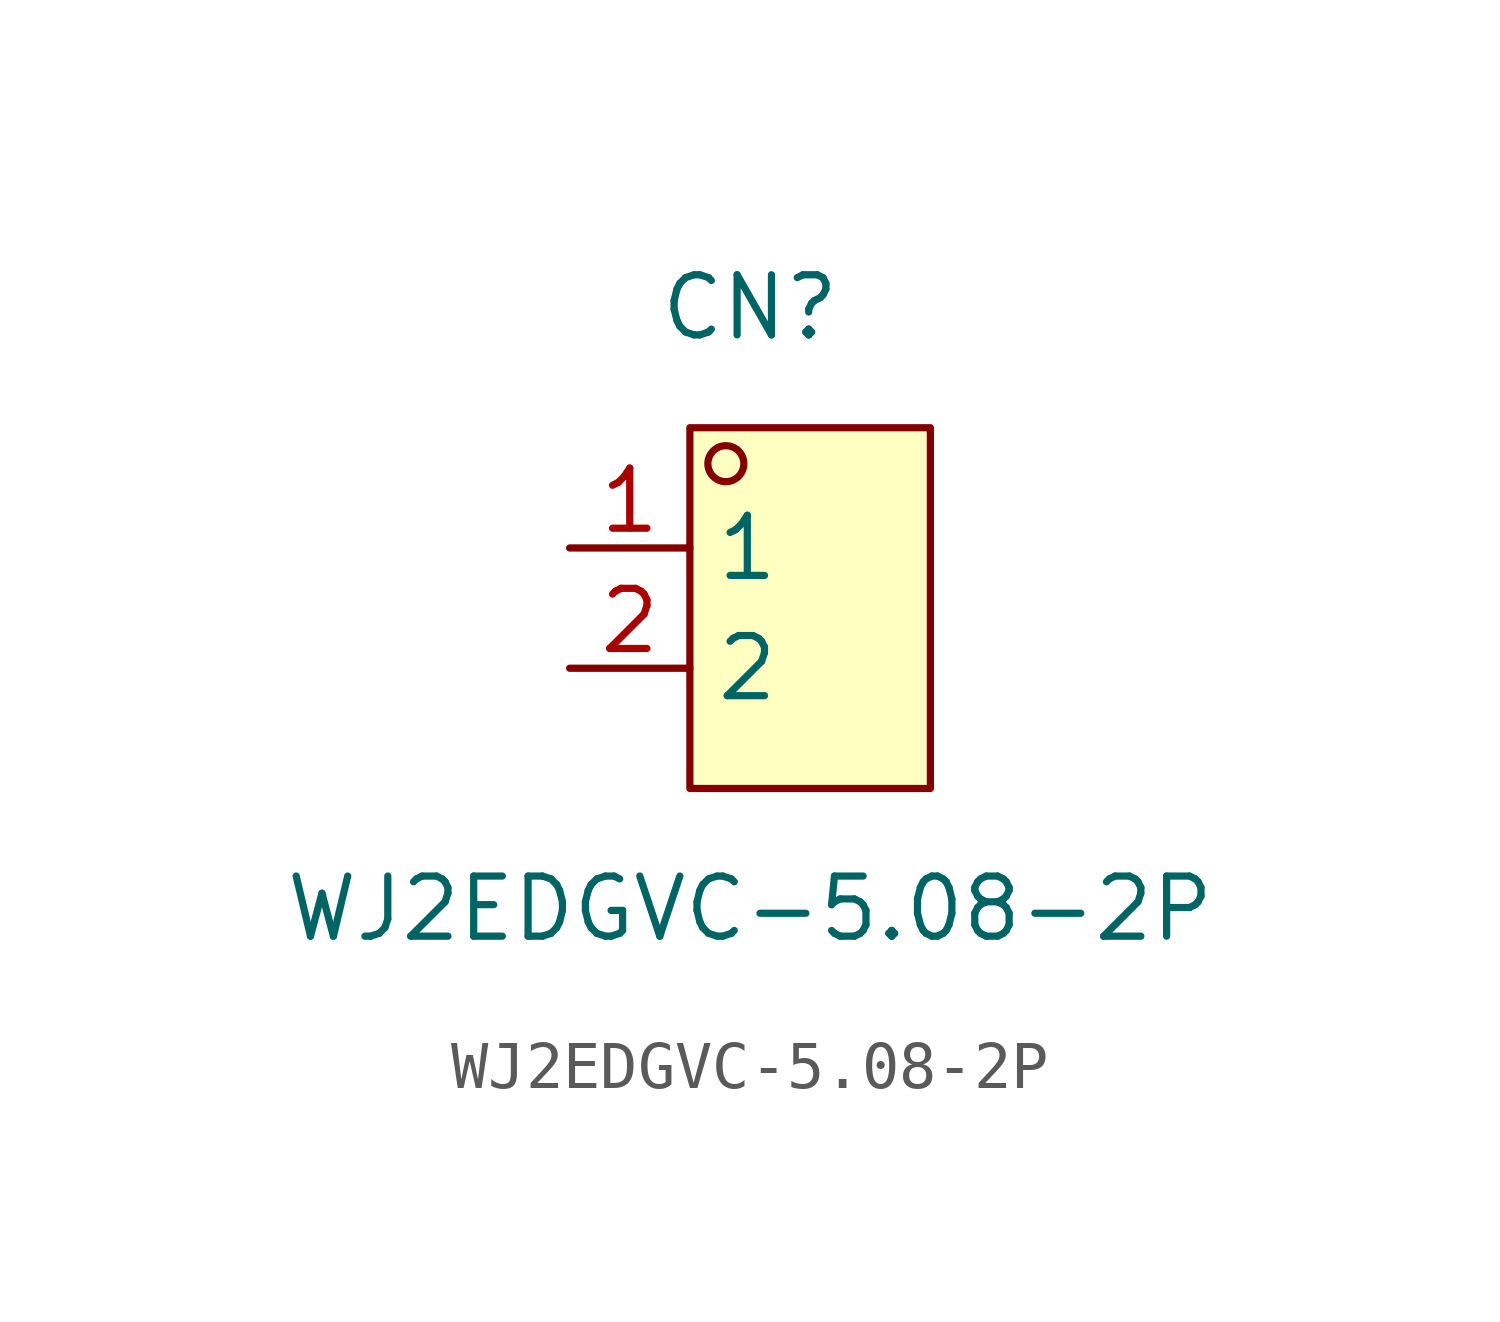
<source format=kicad_sym>
(kicad_symbol_lib
  (version 20211014)
  (generator https://github.com/uPesy/easyeda2kicad.py)
  (symbol "WJ2EDGVC-5.08-2P"
    (property "Reference" "CN"
      (at 0 6.35 0)
      (effects (font (size 1.27 1.27))))
    (property "Value" "WJ2EDGVC-5.08-2P"
      (at 0 -6.35 0)
      (effects (font (size 1.27 1.27))))
    (symbol "WJ2EDGVC-5.08-2P_0_1"
      (rectangle (start -1.27 3.81) (end 3.81 -3.81) (stroke (width 0) (type default) (color 0 0 0 0)) (fill (type background)))
      (circle (center -0.51 3.05) (radius 0.38) (stroke (width 0) (type default) (color 0 0 0 0)) (fill (type none)))
      (pin unspecified line (at -3.81 1.27 0) (length 2.54) (name "1" (effects (font (size 1.27 1.27)))) (number "1" (effects (font (size 1.27 1.27)))))
      (pin unspecified line (at -3.81 -1.27 0) (length 2.54) (name "2" (effects (font (size 1.27 1.27)))) (number "2" (effects (font (size 1.27 1.27))))))))
</source>
